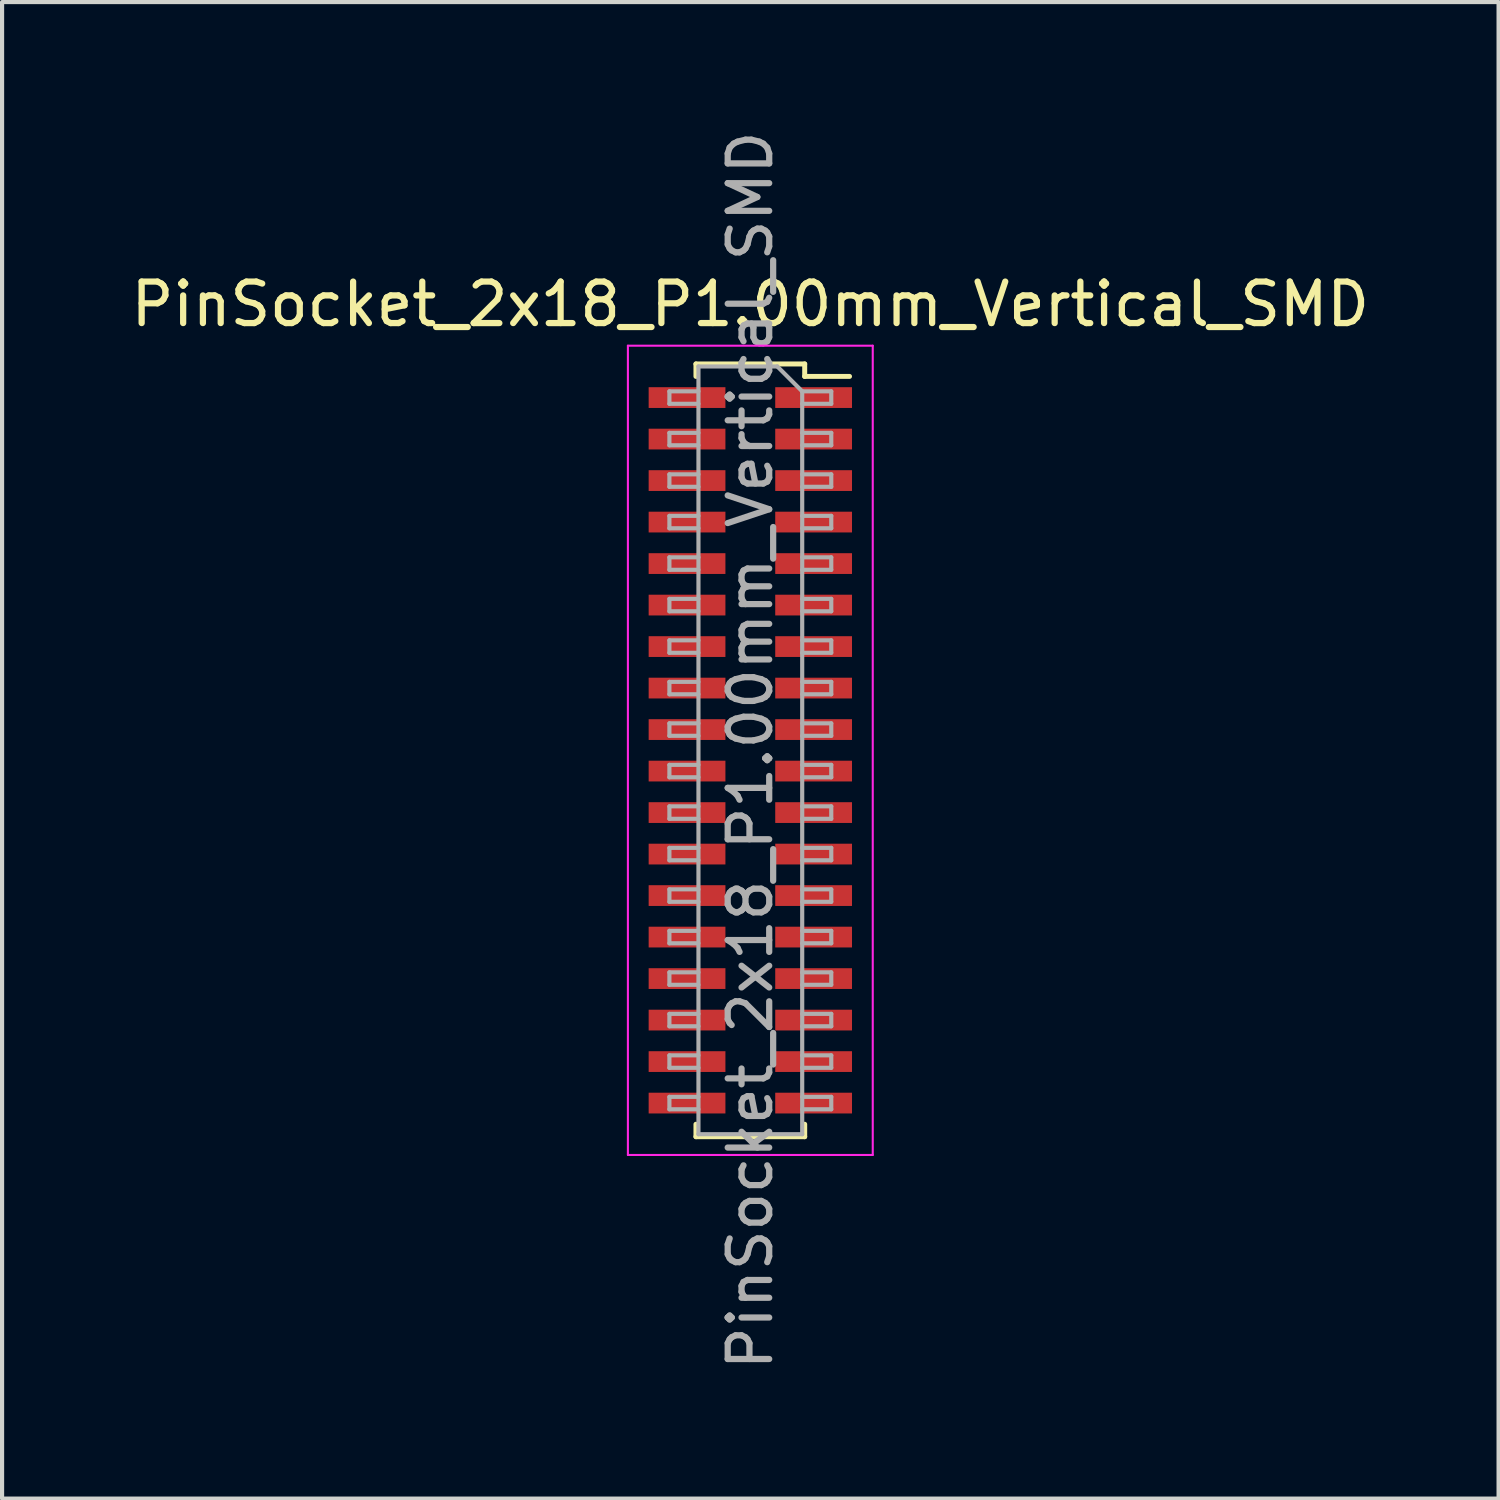
<source format=kicad_pcb>
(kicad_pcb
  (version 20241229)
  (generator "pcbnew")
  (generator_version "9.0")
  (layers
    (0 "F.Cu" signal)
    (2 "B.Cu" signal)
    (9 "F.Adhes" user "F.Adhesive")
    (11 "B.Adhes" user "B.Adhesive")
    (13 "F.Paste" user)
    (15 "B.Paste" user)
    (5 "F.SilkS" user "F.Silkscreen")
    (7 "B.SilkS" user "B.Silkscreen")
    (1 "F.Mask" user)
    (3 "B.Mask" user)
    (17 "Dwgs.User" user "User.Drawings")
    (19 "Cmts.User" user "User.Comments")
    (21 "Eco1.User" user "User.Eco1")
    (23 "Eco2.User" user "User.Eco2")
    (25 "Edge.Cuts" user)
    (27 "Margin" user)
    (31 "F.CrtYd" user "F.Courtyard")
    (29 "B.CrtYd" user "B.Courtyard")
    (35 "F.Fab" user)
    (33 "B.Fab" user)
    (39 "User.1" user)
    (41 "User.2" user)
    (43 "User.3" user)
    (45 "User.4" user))
  (footprint "PinSocket_2x18_P1.00mm_Vertical_SMD"
    (layer "F.Cu")
    (at 15.03 15.03)
    (property "Reference" "PinSocket_2x18_P1.00mm_Vertical_SMD" (at 0 -10.75 0) (layer "F.SilkS") (effects (font (size 1 1) (thickness 0.15))))
    (attr smd)
    (fp_line (start -1.31 -9.31) (end -1.31 -9.01) (stroke (width 0.12) (type solid)) (layer "F.SilkS"))
    (fp_line (start -1.31 -9.31) (end 1.31 -9.31) (stroke (width 0.12) (type solid)) (layer "F.SilkS"))
    (fp_line (start -1.31 9.01) (end -1.31 9.31) (stroke (width 0.12) (type solid)) (layer "F.SilkS"))
    (fp_line (start -1.31 9.31) (end 1.31 9.31) (stroke (width 0.12) (type solid)) (layer "F.SilkS"))
    (fp_line (start 1.31 -9.31) (end 1.31 -9.01) (stroke (width 0.12) (type solid)) (layer "F.SilkS"))
    (fp_line (start 1.31 -9.01) (end 2.39 -9.01) (stroke (width 0.12) (type solid)) (layer "F.SilkS"))
    (fp_line (start 1.31 9.01) (end 1.31 9.31) (stroke (width 0.12) (type solid)) (layer "F.SilkS"))
    (fp_line (start -2.95 -9.75) (end 2.95 -9.75) (stroke (width 0.05) (type solid)) (layer "F.CrtYd"))
    (fp_line (start -2.95 9.75) (end -2.95 -9.75) (stroke (width 0.05) (type solid)) (layer "F.CrtYd"))
    (fp_line (start 2.95 -9.75) (end 2.95 9.75) (stroke (width 0.05) (type solid)) (layer "F.CrtYd"))
    (fp_line (start 2.95 9.75) (end -2.95 9.75) (stroke (width 0.05) (type solid)) (layer "F.CrtYd"))
    (fp_line (start -1.95 -8.65) (end -1.25 -8.65) (stroke (width 0.1) (type solid)) (layer "F.Fab"))
    (fp_line (start -1.95 -8.35) (end -1.95 -8.65) (stroke (width 0.1) (type solid)) (layer "F.Fab"))
    (fp_line (start -1.95 -7.65) (end -1.25 -7.65) (stroke (width 0.1) (type solid)) (layer "F.Fab"))
    (fp_line (start -1.95 -7.35) (end -1.95 -7.65) (stroke (width 0.1) (type solid)) (layer "F.Fab"))
    (fp_line (start -1.95 -6.65) (end -1.25 -6.65) (stroke (width 0.1) (type solid)) (layer "F.Fab"))
    (fp_line (start -1.95 -6.35) (end -1.95 -6.65) (stroke (width 0.1) (type solid)) (layer "F.Fab"))
    (fp_line (start -1.95 -5.65) (end -1.25 -5.65) (stroke (width 0.1) (type solid)) (layer "F.Fab"))
    (fp_line (start -1.95 -5.35) (end -1.95 -5.65) (stroke (width 0.1) (type solid)) (layer "F.Fab"))
    (fp_line (start -1.95 -4.65) (end -1.25 -4.65) (stroke (width 0.1) (type solid)) (layer "F.Fab"))
    (fp_line (start -1.95 -4.35) (end -1.95 -4.65) (stroke (width 0.1) (type solid)) (layer "F.Fab"))
    (fp_line (start -1.95 -3.65) (end -1.25 -3.65) (stroke (width 0.1) (type solid)) (layer "F.Fab"))
    (fp_line (start -1.95 -3.35) (end -1.95 -3.65) (stroke (width 0.1) (type solid)) (layer "F.Fab"))
    (fp_line (start -1.95 -2.65) (end -1.25 -2.65) (stroke (width 0.1) (type solid)) (layer "F.Fab"))
    (fp_line (start -1.95 -2.35) (end -1.95 -2.65) (stroke (width 0.1) (type solid)) (layer "F.Fab"))
    (fp_line (start -1.95 -1.65) (end -1.25 -1.65) (stroke (width 0.1) (type solid)) (layer "F.Fab"))
    (fp_line (start -1.95 -1.35) (end -1.95 -1.65) (stroke (width 0.1) (type solid)) (layer "F.Fab"))
    (fp_line (start -1.95 -0.65) (end -1.25 -0.65) (stroke (width 0.1) (type solid)) (layer "F.Fab"))
    (fp_line (start -1.95 -0.35) (end -1.95 -0.65) (stroke (width 0.1) (type solid)) (layer "F.Fab"))
    (fp_line (start -1.95 0.35) (end -1.25 0.35) (stroke (width 0.1) (type solid)) (layer "F.Fab"))
    (fp_line (start -1.95 0.65) (end -1.95 0.35) (stroke (width 0.1) (type solid)) (layer "F.Fab"))
    (fp_line (start -1.95 1.35) (end -1.25 1.35) (stroke (width 0.1) (type solid)) (layer "F.Fab"))
    (fp_line (start -1.95 1.65) (end -1.95 1.35) (stroke (width 0.1) (type solid)) (layer "F.Fab"))
    (fp_line (start -1.95 2.35) (end -1.25 2.35) (stroke (width 0.1) (type solid)) (layer "F.Fab"))
    (fp_line (start -1.95 2.65) (end -1.95 2.35) (stroke (width 0.1) (type solid)) (layer "F.Fab"))
    (fp_line (start -1.95 3.35) (end -1.25 3.35) (stroke (width 0.1) (type solid)) (layer "F.Fab"))
    (fp_line (start -1.95 3.65) (end -1.95 3.35) (stroke (width 0.1) (type solid)) (layer "F.Fab"))
    (fp_line (start -1.95 4.35) (end -1.25 4.35) (stroke (width 0.1) (type solid)) (layer "F.Fab"))
    (fp_line (start -1.95 4.65) (end -1.95 4.35) (stroke (width 0.1) (type solid)) (layer "F.Fab"))
    (fp_line (start -1.95 5.35) (end -1.25 5.35) (stroke (width 0.1) (type solid)) (layer "F.Fab"))
    (fp_line (start -1.95 5.65) (end -1.95 5.35) (stroke (width 0.1) (type solid)) (layer "F.Fab"))
    (fp_line (start -1.95 6.35) (end -1.25 6.35) (stroke (width 0.1) (type solid)) (layer "F.Fab"))
    (fp_line (start -1.95 6.65) (end -1.95 6.35) (stroke (width 0.1) (type solid)) (layer "F.Fab"))
    (fp_line (start -1.95 7.35) (end -1.25 7.35) (stroke (width 0.1) (type solid)) (layer "F.Fab"))
    (fp_line (start -1.95 7.65) (end -1.95 7.35) (stroke (width 0.1) (type solid)) (layer "F.Fab"))
    (fp_line (start -1.95 8.35) (end -1.25 8.35) (stroke (width 0.1) (type solid)) (layer "F.Fab"))
    (fp_line (start -1.95 8.65) (end -1.95 8.35) (stroke (width 0.1) (type solid)) (layer "F.Fab"))
    (fp_line (start -1.25 -9.25) (end 0.65 -9.25) (stroke (width 0.1) (type solid)) (layer "F.Fab"))
    (fp_line (start -1.25 -8.35) (end -1.95 -8.35) (stroke (width 0.1) (type solid)) (layer "F.Fab"))
    (fp_line (start -1.25 -7.35) (end -1.95 -7.35) (stroke (width 0.1) (type solid)) (layer "F.Fab"))
    (fp_line (start -1.25 -6.35) (end -1.95 -6.35) (stroke (width 0.1) (type solid)) (layer "F.Fab"))
    (fp_line (start -1.25 -5.35) (end -1.95 -5.35) (stroke (width 0.1) (type solid)) (layer "F.Fab"))
    (fp_line (start -1.25 -4.35) (end -1.95 -4.35) (stroke (width 0.1) (type solid)) (layer "F.Fab"))
    (fp_line (start -1.25 -3.35) (end -1.95 -3.35) (stroke (width 0.1) (type solid)) (layer "F.Fab"))
    (fp_line (start -1.25 -2.35) (end -1.95 -2.35) (stroke (width 0.1) (type solid)) (layer "F.Fab"))
    (fp_line (start -1.25 -1.35) (end -1.95 -1.35) (stroke (width 0.1) (type solid)) (layer "F.Fab"))
    (fp_line (start -1.25 -0.35) (end -1.95 -0.35) (stroke (width 0.1) (type solid)) (layer "F.Fab"))
    (fp_line (start -1.25 0.65) (end -1.95 0.65) (stroke (width 0.1) (type solid)) (layer "F.Fab"))
    (fp_line (start -1.25 1.65) (end -1.95 1.65) (stroke (width 0.1) (type solid)) (layer "F.Fab"))
    (fp_line (start -1.25 2.65) (end -1.95 2.65) (stroke (width 0.1) (type solid)) (layer "F.Fab"))
    (fp_line (start -1.25 3.65) (end -1.95 3.65) (stroke (width 0.1) (type solid)) (layer "F.Fab"))
    (fp_line (start -1.25 4.65) (end -1.95 4.65) (stroke (width 0.1) (type solid)) (layer "F.Fab"))
    (fp_line (start -1.25 5.65) (end -1.95 5.65) (stroke (width 0.1) (type solid)) (layer "F.Fab"))
    (fp_line (start -1.25 6.65) (end -1.95 6.65) (stroke (width 0.1) (type solid)) (layer "F.Fab"))
    (fp_line (start -1.25 7.65) (end -1.95 7.65) (stroke (width 0.1) (type solid)) (layer "F.Fab"))
    (fp_line (start -1.25 8.65) (end -1.95 8.65) (stroke (width 0.1) (type solid)) (layer "F.Fab"))
    (fp_line (start -1.25 9.25) (end -1.25 -9.25) (stroke (width 0.1) (type solid)) (layer "F.Fab"))
    (fp_line (start 0.65 -9.25) (end 1.25 -8.65) (stroke (width 0.1) (type solid)) (layer "F.Fab"))
    (fp_line (start 1.25 -8.65) (end 1.25 9.25) (stroke (width 0.1) (type solid)) (layer "F.Fab"))
    (fp_line (start 1.25 -8.65) (end 1.95 -8.65) (stroke (width 0.1) (type solid)) (layer "F.Fab"))
    (fp_line (start 1.25 -7.65) (end 1.95 -7.65) (stroke (width 0.1) (type solid)) (layer "F.Fab"))
    (fp_line (start 1.25 -6.65) (end 1.95 -6.65) (stroke (width 0.1) (type solid)) (layer "F.Fab"))
    (fp_line (start 1.25 -5.65) (end 1.95 -5.65) (stroke (width 0.1) (type solid)) (layer "F.Fab"))
    (fp_line (start 1.25 -4.65) (end 1.95 -4.65) (stroke (width 0.1) (type solid)) (layer "F.Fab"))
    (fp_line (start 1.25 -3.65) (end 1.95 -3.65) (stroke (width 0.1) (type solid)) (layer "F.Fab"))
    (fp_line (start 1.25 -2.65) (end 1.95 -2.65) (stroke (width 0.1) (type solid)) (layer "F.Fab"))
    (fp_line (start 1.25 -1.65) (end 1.95 -1.65) (stroke (width 0.1) (type solid)) (layer "F.Fab"))
    (fp_line (start 1.25 -0.65) (end 1.95 -0.65) (stroke (width 0.1) (type solid)) (layer "F.Fab"))
    (fp_line (start 1.25 0.35) (end 1.95 0.35) (stroke (width 0.1) (type solid)) (layer "F.Fab"))
    (fp_line (start 1.25 1.35) (end 1.95 1.35) (stroke (width 0.1) (type solid)) (layer "F.Fab"))
    (fp_line (start 1.25 2.35) (end 1.95 2.35) (stroke (width 0.1) (type solid)) (layer "F.Fab"))
    (fp_line (start 1.25 3.35) (end 1.95 3.35) (stroke (width 0.1) (type solid)) (layer "F.Fab"))
    (fp_line (start 1.25 4.35) (end 1.95 4.35) (stroke (width 0.1) (type solid)) (layer "F.Fab"))
    (fp_line (start 1.25 5.35) (end 1.95 5.35) (stroke (width 0.1) (type solid)) (layer "F.Fab"))
    (fp_line (start 1.25 6.35) (end 1.95 6.35) (stroke (width 0.1) (type solid)) (layer "F.Fab"))
    (fp_line (start 1.25 7.35) (end 1.95 7.35) (stroke (width 0.1) (type solid)) (layer "F.Fab"))
    (fp_line (start 1.25 8.35) (end 1.95 8.35) (stroke (width 0.1) (type solid)) (layer "F.Fab"))
    (fp_line (start 1.25 9.25) (end -1.25 9.25) (stroke (width 0.1) (type solid)) (layer "F.Fab"))
    (fp_line (start 1.95 -8.65) (end 1.95 -8.35) (stroke (width 0.1) (type solid)) (layer "F.Fab"))
    (fp_line (start 1.95 -8.35) (end 1.25 -8.35) (stroke (width 0.1) (type solid)) (layer "F.Fab"))
    (fp_line (start 1.95 -7.65) (end 1.95 -7.35) (stroke (width 0.1) (type solid)) (layer "F.Fab"))
    (fp_line (start 1.95 -7.35) (end 1.25 -7.35) (stroke (width 0.1) (type solid)) (layer "F.Fab"))
    (fp_line (start 1.95 -6.65) (end 1.95 -6.35) (stroke (width 0.1) (type solid)) (layer "F.Fab"))
    (fp_line (start 1.95 -6.35) (end 1.25 -6.35) (stroke (width 0.1) (type solid)) (layer "F.Fab"))
    (fp_line (start 1.95 -5.65) (end 1.95 -5.35) (stroke (width 0.1) (type solid)) (layer "F.Fab"))
    (fp_line (start 1.95 -5.35) (end 1.25 -5.35) (stroke (width 0.1) (type solid)) (layer "F.Fab"))
    (fp_line (start 1.95 -4.65) (end 1.95 -4.35) (stroke (width 0.1) (type solid)) (layer "F.Fab"))
    (fp_line (start 1.95 -4.35) (end 1.25 -4.35) (stroke (width 0.1) (type solid)) (layer "F.Fab"))
    (fp_line (start 1.95 -3.65) (end 1.95 -3.35) (stroke (width 0.1) (type solid)) (layer "F.Fab"))
    (fp_line (start 1.95 -3.35) (end 1.25 -3.35) (stroke (width 0.1) (type solid)) (layer "F.Fab"))
    (fp_line (start 1.95 -2.65) (end 1.95 -2.35) (stroke (width 0.1) (type solid)) (layer "F.Fab"))
    (fp_line (start 1.95 -2.35) (end 1.25 -2.35) (stroke (width 0.1) (type solid)) (layer "F.Fab"))
    (fp_line (start 1.95 -1.65) (end 1.95 -1.35) (stroke (width 0.1) (type solid)) (layer "F.Fab"))
    (fp_line (start 1.95 -1.35) (end 1.25 -1.35) (stroke (width 0.1) (type solid)) (layer "F.Fab"))
    (fp_line (start 1.95 -0.65) (end 1.95 -0.35) (stroke (width 0.1) (type solid)) (layer "F.Fab"))
    (fp_line (start 1.95 -0.35) (end 1.25 -0.35) (stroke (width 0.1) (type solid)) (layer "F.Fab"))
    (fp_line (start 1.95 0.35) (end 1.95 0.65) (stroke (width 0.1) (type solid)) (layer "F.Fab"))
    (fp_line (start 1.95 0.65) (end 1.25 0.65) (stroke (width 0.1) (type solid)) (layer "F.Fab"))
    (fp_line (start 1.95 1.35) (end 1.95 1.65) (stroke (width 0.1) (type solid)) (layer "F.Fab"))
    (fp_line (start 1.95 1.65) (end 1.25 1.65) (stroke (width 0.1) (type solid)) (layer "F.Fab"))
    (fp_line (start 1.95 2.35) (end 1.95 2.65) (stroke (width 0.1) (type solid)) (layer "F.Fab"))
    (fp_line (start 1.95 2.65) (end 1.25 2.65) (stroke (width 0.1) (type solid)) (layer "F.Fab"))
    (fp_line (start 1.95 3.35) (end 1.95 3.65) (stroke (width 0.1) (type solid)) (layer "F.Fab"))
    (fp_line (start 1.95 3.65) (end 1.25 3.65) (stroke (width 0.1) (type solid)) (layer "F.Fab"))
    (fp_line (start 1.95 4.35) (end 1.95 4.65) (stroke (width 0.1) (type solid)) (layer "F.Fab"))
    (fp_line (start 1.95 4.65) (end 1.25 4.65) (stroke (width 0.1) (type solid)) (layer "F.Fab"))
    (fp_line (start 1.95 5.35) (end 1.95 5.65) (stroke (width 0.1) (type solid)) (layer "F.Fab"))
    (fp_line (start 1.95 5.65) (end 1.25 5.65) (stroke (width 0.1) (type solid)) (layer "F.Fab"))
    (fp_line (start 1.95 6.35) (end 1.95 6.65) (stroke (width 0.1) (type solid)) (layer "F.Fab"))
    (fp_line (start 1.95 6.65) (end 1.25 6.65) (stroke (width 0.1) (type solid)) (layer "F.Fab"))
    (fp_line (start 1.95 7.35) (end 1.95 7.65) (stroke (width 0.1) (type solid)) (layer "F.Fab"))
    (fp_line (start 1.95 7.65) (end 1.25 7.65) (stroke (width 0.1) (type solid)) (layer "F.Fab"))
    (fp_line (start 1.95 8.35) (end 1.95 8.65) (stroke (width 0.1) (type solid)) (layer "F.Fab"))
    (fp_line (start 1.95 8.65) (end 1.25 8.65) (stroke (width 0.1) (type solid)) (layer "F.Fab"))
    (fp_text user "${REFERENCE}" (at 0 0 90) (layer "F.Fab") (effects (font (size 1 1) (thickness 0.15))))
    (pad "1" smd rect (at 1.525 -8.5) (size 1.85 0.5) (layers "F.Cu" "F.Mask" "F.Paste"))
    (pad "2" smd rect (at -1.525 -8.5) (size 1.85 0.5) (layers "F.Cu" "F.Mask" "F.Paste"))
    (pad "3" smd rect (at 1.525 -7.5) (size 1.85 0.5) (layers "F.Cu" "F.Mask" "F.Paste"))
    (pad "4" smd rect (at -1.525 -7.5) (size 1.85 0.5) (layers "F.Cu" "F.Mask" "F.Paste"))
    (pad "5" smd rect (at 1.525 -6.5) (size 1.85 0.5) (layers "F.Cu" "F.Mask" "F.Paste"))
    (pad "6" smd rect (at -1.525 -6.5) (size 1.85 0.5) (layers "F.Cu" "F.Mask" "F.Paste"))
    (pad "7" smd rect (at 1.525 -5.5) (size 1.85 0.5) (layers "F.Cu" "F.Mask" "F.Paste"))
    (pad "8" smd rect (at -1.525 -5.5) (size 1.85 0.5) (layers "F.Cu" "F.Mask" "F.Paste"))
    (pad "9" smd rect (at 1.525 -4.5) (size 1.85 0.5) (layers "F.Cu" "F.Mask" "F.Paste"))
    (pad "10" smd rect (at -1.525 -4.5) (size 1.85 0.5) (layers "F.Cu" "F.Mask" "F.Paste"))
    (pad "11" smd rect (at 1.525 -3.5) (size 1.85 0.5) (layers "F.Cu" "F.Mask" "F.Paste"))
    (pad "12" smd rect (at -1.525 -3.5) (size 1.85 0.5) (layers "F.Cu" "F.Mask" "F.Paste"))
    (pad "13" smd rect (at 1.525 -2.5) (size 1.85 0.5) (layers "F.Cu" "F.Mask" "F.Paste"))
    (pad "14" smd rect (at -1.525 -2.5) (size 1.85 0.5) (layers "F.Cu" "F.Mask" "F.Paste"))
    (pad "15" smd rect (at 1.525 -1.5) (size 1.85 0.5) (layers "F.Cu" "F.Mask" "F.Paste"))
    (pad "16" smd rect (at -1.525 -1.5) (size 1.85 0.5) (layers "F.Cu" "F.Mask" "F.Paste"))
    (pad "17" smd rect (at 1.525 -0.5) (size 1.85 0.5) (layers "F.Cu" "F.Mask" "F.Paste"))
    (pad "18" smd rect (at -1.525 -0.5) (size 1.85 0.5) (layers "F.Cu" "F.Mask" "F.Paste"))
    (pad "19" smd rect (at 1.525 0.5) (size 1.85 0.5) (layers "F.Cu" "F.Mask" "F.Paste"))
    (pad "20" smd rect (at -1.525 0.5) (size 1.85 0.5) (layers "F.Cu" "F.Mask" "F.Paste"))
    (pad "21" smd rect (at 1.525 1.5) (size 1.85 0.5) (layers "F.Cu" "F.Mask" "F.Paste"))
    (pad "22" smd rect (at -1.525 1.5) (size 1.85 0.5) (layers "F.Cu" "F.Mask" "F.Paste"))
    (pad "23" smd rect (at 1.525 2.5) (size 1.85 0.5) (layers "F.Cu" "F.Mask" "F.Paste"))
    (pad "24" smd rect (at -1.525 2.5) (size 1.85 0.5) (layers "F.Cu" "F.Mask" "F.Paste"))
    (pad "25" smd rect (at 1.525 3.5) (size 1.85 0.5) (layers "F.Cu" "F.Mask" "F.Paste"))
    (pad "26" smd rect (at -1.525 3.5) (size 1.85 0.5) (layers "F.Cu" "F.Mask" "F.Paste"))
    (pad "27" smd rect (at 1.525 4.5) (size 1.85 0.5) (layers "F.Cu" "F.Mask" "F.Paste"))
    (pad "28" smd rect (at -1.525 4.5) (size 1.85 0.5) (layers "F.Cu" "F.Mask" "F.Paste"))
    (pad "29" smd rect (at 1.525 5.5) (size 1.85 0.5) (layers "F.Cu" "F.Mask" "F.Paste"))
    (pad "30" smd rect (at -1.525 5.5) (size 1.85 0.5) (layers "F.Cu" "F.Mask" "F.Paste"))
    (pad "31" smd rect (at 1.525 6.5) (size 1.85 0.5) (layers "F.Cu" "F.Mask" "F.Paste"))
    (pad "32" smd rect (at -1.525 6.5) (size 1.85 0.5) (layers "F.Cu" "F.Mask" "F.Paste"))
    (pad "33" smd rect (at 1.525 7.5) (size 1.85 0.5) (layers "F.Cu" "F.Mask" "F.Paste"))
    (pad "34" smd rect (at -1.525 7.5) (size 1.85 0.5) (layers "F.Cu" "F.Mask" "F.Paste"))
    (pad "35" smd rect (at 1.525 8.5) (size 1.85 0.5) (layers "F.Cu" "F.Mask" "F.Paste"))
    (pad "36" smd rect (at -1.525 8.5) (size 1.85 0.5) (layers "F.Cu" "F.Mask" "F.Paste")))
  (gr_rect
    (start -3 -3)
    (end 33.06 33.06)
    (stroke (width 0.1) (type default))
    (fill no)
    (layer "Edge.Cuts")))
</source>
